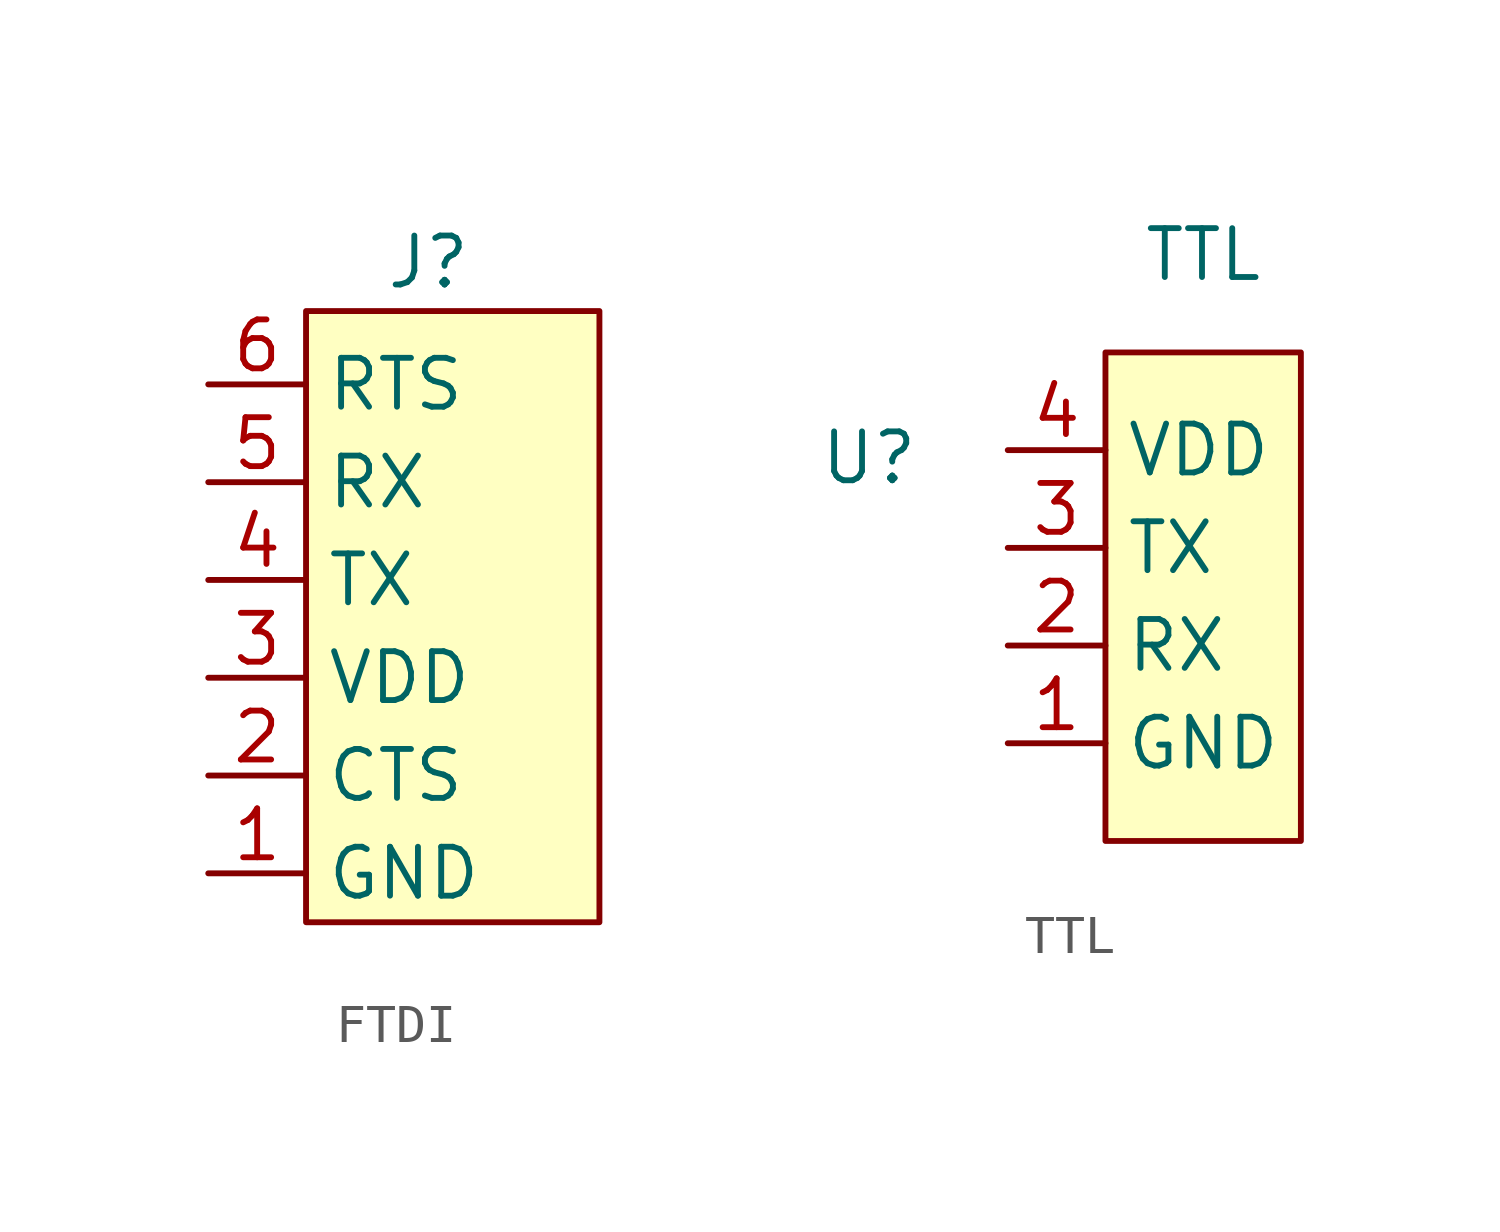
<source format=kicad_sym>
(kicad_symbol_lib
  (version 20211014)
  (generator kicad_symbol_editor)
  (symbol "FTDI"
    (property "Reference" "J"
      (at 5.715 10.795 0)
      (effects (font (size 1.27 1.27))))
    (symbol "FTDI_0_1"
      (rectangle (start 2.54 9.525) (end 10.16 -6.35) (stroke (width 0) (type default) (color 0 0 0 0)) (fill (type background))))
    (symbol "FTDI_1_1"
      (pin power_in line (at 0 -5.08 0) (length 2.54) (name "GND" (effects (font (size 1.27 1.27)))) (number "1" (effects (font (size 1.27 1.27)))))
      (pin bidirectional line (at 0 -2.54 0) (length 2.54) (name "CTS" (effects (font (size 1.27 1.27)))) (number "2" (effects (font (size 1.27 1.27)))))
      (pin power_in line (at 0 0 0) (length 2.54) (name "VDD" (effects (font (size 1.27 1.27)))) (number "3" (effects (font (size 1.27 1.27)))))
      (pin output line (at 0 2.54 0) (length 2.54) (name "TX" (effects (font (size 1.27 1.27)))) (number "4" (effects (font (size 1.27 1.27)))))
      (pin input line (at 0 5.08 0) (length 2.54) (name "RX" (effects (font (size 1.27 1.27)))) (number "5" (effects (font (size 1.27 1.27)))))
      (pin bidirectional line (at 0 7.62 0) (length 2.54) (name "RTS" (effects (font (size 1.27 1.27)))) (number "6" (effects (font (size 1.27 1.27)))))))
  (symbol "TTL"
    (property "Reference" "U"
      (at -6.147 2.337 0)
      (effects (font (size 1.27 1.27))))
    (property "Value" "TTL"
      (at 2.54 7.62 0)
      (effects (font (size 1.27 1.27))))
    (symbol "TTL_0_1"
      (rectangle (start 0 5.08) (end 5.08 -7.62) (stroke (width 0) (type default) (color 0 0 0 0)) (fill (type background))))
    (symbol "TTL_1_1"
      (pin power_in line (at -2.54 -5.08 0) (length 2.54) (name "GND" (effects (font (size 1.27 1.27)))) (number "1" (effects (font (size 1.27 1.27)))))
      (pin input line (at -2.54 -2.54 0) (length 2.54) (name "RX" (effects (font (size 1.27 1.27)))) (number "2" (effects (font (size 1.27 1.27)))))
      (pin output line (at -2.54 0 0) (length 2.54) (name "TX" (effects (font (size 1.27 1.27)))) (number "3" (effects (font (size 1.27 1.27)))))
      (pin power_in line (at -2.54 2.54 0) (length 2.54) (name "VDD" (effects (font (size 1.27 1.27)))) (number "4" (effects (font (size 1.27 1.27))))))))
</source>
